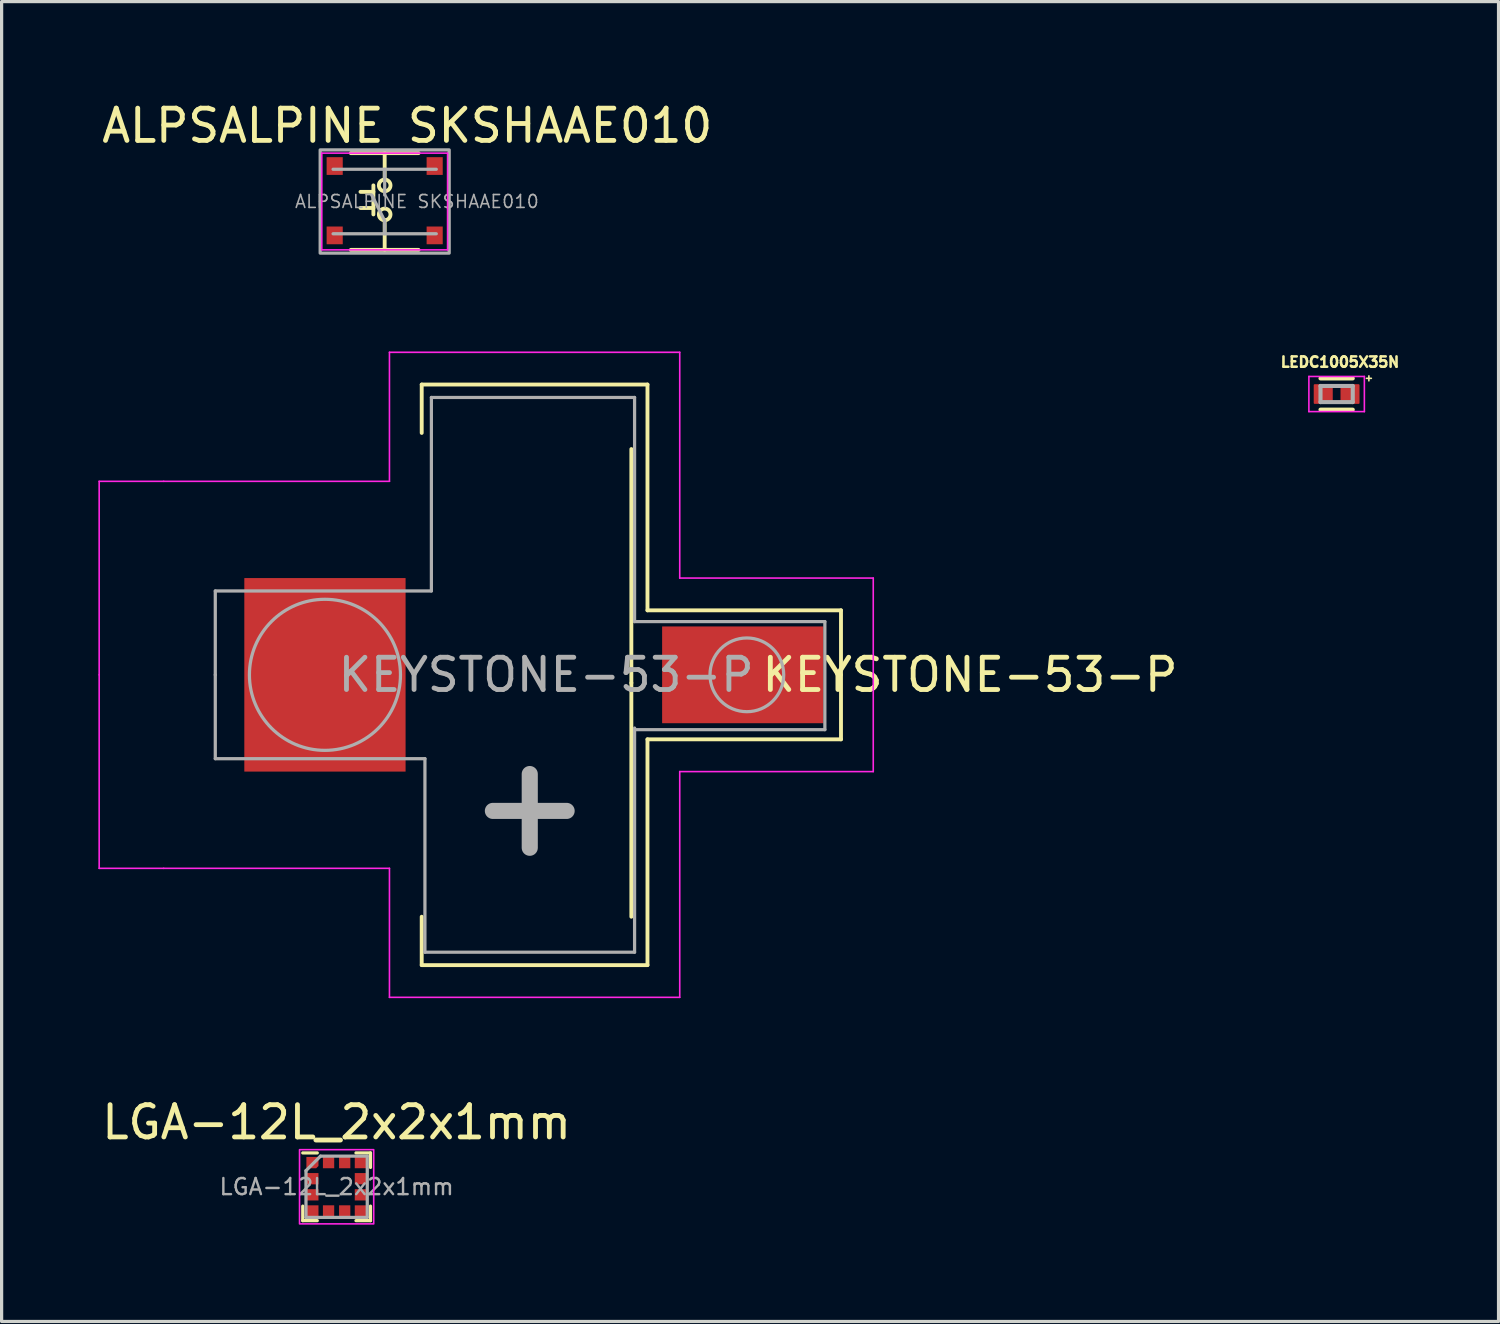
<source format=kicad_pcb>
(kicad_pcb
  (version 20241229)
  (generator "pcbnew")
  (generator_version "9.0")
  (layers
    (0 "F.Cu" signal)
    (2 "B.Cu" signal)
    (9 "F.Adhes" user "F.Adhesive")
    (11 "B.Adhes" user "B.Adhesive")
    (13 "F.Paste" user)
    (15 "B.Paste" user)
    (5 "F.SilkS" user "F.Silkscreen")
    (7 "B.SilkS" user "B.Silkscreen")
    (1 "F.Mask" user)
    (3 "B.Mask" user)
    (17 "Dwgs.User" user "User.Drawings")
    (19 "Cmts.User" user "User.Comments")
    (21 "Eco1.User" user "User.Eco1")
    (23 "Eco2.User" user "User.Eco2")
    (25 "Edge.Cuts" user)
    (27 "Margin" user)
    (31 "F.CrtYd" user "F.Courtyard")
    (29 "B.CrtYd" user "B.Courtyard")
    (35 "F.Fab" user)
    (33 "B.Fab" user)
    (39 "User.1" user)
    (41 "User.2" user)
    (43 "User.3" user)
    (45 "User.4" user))
  (footprint "ALPSALPINE SKSHAAE010"
    (layer "F.Cu")
    (at 8.877 3.198)
    (property "Reference" "ALPSALPINE SKSHAAE010" (at 0.7 -2.35 0) (unlocked yes) (layer "F.SilkS") (effects (font (size 1 1) (thickness 0.15))))
    (attr smd)
    (fp_line (start -1.05 -1.5) (end 1.05 -1.5) (stroke (width 0.12) (type solid)) (layer "F.SilkS"))
    (fp_line (start -1.05 1.5) (end 1.05 1.5) (stroke (width 0.12) (type solid)) (layer "F.SilkS"))
    (fp_line (start -0.35 -0.5) (end -0.35 0.4) (stroke (width 0.12) (type solid)) (layer "F.SilkS"))
    (fp_line (start -0.35 -0.3) (end -0.75 -0.3) (stroke (width 0.12) (type solid)) (layer "F.SilkS"))
    (fp_line (start -0.35 0.2) (end -0.75 0.2) (stroke (width 0.12) (type solid)) (layer "F.SilkS"))
    (fp_line (start 0 -1.5) (end 0 -0.68) (stroke (width 0.12) (type solid)) (layer "F.SilkS"))
    (fp_line (start 0 1.5) (end 0 0.58) (stroke (width 0.12) (type solid)) (layer "F.SilkS"))
    (fp_circle (center 0 -0.5) (end 0.15 -0.4) (stroke (width 0.12) (type solid)) (fill no) (layer "F.SilkS"))
    (fp_circle (center 0 0.4) (end 0.15 0.3) (stroke (width 0.12) (type solid)) (fill no) (layer "F.SilkS"))
    (fp_line (start -1.95 -1.5) (end 1.95 -1.5) (stroke (width 0.05) (type solid)) (layer "F.CrtYd"))
    (fp_line (start -1.95 1.5) (end -1.95 -1.5) (stroke (width 0.05) (type solid)) (layer "F.CrtYd"))
    (fp_line (start 1.95 -1.5) (end 1.95 1.5) (stroke (width 0.05) (type solid)) (layer "F.CrtYd"))
    (fp_line (start 1.95 1.5) (end -1.95 1.5) (stroke (width 0.05) (type solid)) (layer "F.CrtYd"))
    (fp_line (start 0 -1) (end 0 -0.2) (stroke (width 0.1) (type solid)) (layer "F.Fab"))
    (fp_line (start 0 0.6) (end -0.4 -0.2) (stroke (width 0.1) (type solid)) (layer "F.Fab"))
    (fp_line (start 0 1) (end 0 0.6) (stroke (width 0.1) (type solid)) (layer "F.Fab"))
    (fp_line (start 1.6 -1) (end -1.6 -1) (stroke (width 0.1) (type solid)) (layer "F.Fab"))
    (fp_line (start 1.6 1) (end -1.6 1) (stroke (width 0.1) (type solid)) (layer "F.Fab"))
    (fp_rect (start -2 -1.6) (end 2 1.6) (stroke (width 0.1) (type solid)) (fill no) (layer "F.Fab"))
    (fp_text user "${REFERENCE}" (at 1 0 0) (unlocked yes) (layer "F.Fab") (effects (font (size 0.4 0.4) (thickness 0.05))))
    (pad "1" smd rect (at -1.55 -1.1) (size 0.5 0.55) (layers "F.Cu" "F.Mask" "F.Paste"))
    (pad "1" smd rect (at 1.55 -1.1) (size 0.5 0.55) (layers "F.Cu" "F.Mask" "F.Paste"))
    (pad "2" smd rect (at -1.55 1.05) (size 0.5 0.55) (layers "F.Cu" "F.Mask" "F.Paste"))
    (pad "2" smd rect (at 1.55 1.05) (size 0.5 0.55) (layers "F.Cu" "F.Mask" "F.Paste")))
  (footprint "LGA-12L_2x2x1mm"
    (layer "F.Cu")
    (at 7.387 33.746)
    (property "Reference" "LGA-12L_2x2x1mm" (at 0 -2 0) (layer "F.SilkS") (effects (font (size 1 1) (thickness 0.15))))
    (attr smd)
    (fp_line (start -1.05 1.05) (end -1.05 0.6) (stroke (width 0.1) (type default)) (layer "F.SilkS"))
    (fp_line (start -0.6 -1.05) (end -1.05 -1.05) (stroke (width 0.1) (type default)) (layer "F.SilkS"))
    (fp_line (start -0.6 1.05) (end -1.05 1.05) (stroke (width 0.1) (type default)) (layer "F.SilkS"))
    (fp_line (start 1.05 -1.05) (end 0.6 -1.05) (stroke (width 0.1) (type default)) (layer "F.SilkS"))
    (fp_line (start 1.05 -0.6) (end 1.05 -1.05) (stroke (width 0.1) (type default)) (layer "F.SilkS"))
    (fp_line (start 1.05 1.05) (end 0.6 1.05) (stroke (width 0.1) (type default)) (layer "F.SilkS"))
    (fp_line (start 1.05 1.05) (end 1.05 0.6) (stroke (width 0.1) (type default)) (layer "F.SilkS"))
    (fp_rect (start -1.15 -1.15) (end 1.15 1.15) (stroke (width 0.05) (type default)) (fill no) (layer "F.CrtYd"))
    (fp_line (start -0.95 -0.5) (end -0.5 -0.95) (stroke (width 0.1) (type default)) (layer "F.Fab"))
    (fp_line (start -0.95 0.95) (end -0.95 -0.5) (stroke (width 0.1) (type default)) (layer "F.Fab"))
    (fp_line (start -0.95 0.95) (end 0.95 0.95) (stroke (width 0.1) (type default)) (layer "F.Fab"))
    (fp_line (start 0.95 -0.95) (end -0.5 -0.95) (stroke (width 0.1) (type default)) (layer "F.Fab"))
    (fp_line (start 0.95 0.95) (end 0.95 -0.95) (stroke (width 0.1) (type default)) (layer "F.Fab"))
    (fp_text user "${REFERENCE}" (at 0 0 0) (layer "F.Fab") (effects (font (size 0.5 0.5) (thickness 0.075))))
    (pad "1" smd roundrect (at -0.75 -0.75) (size 0.375 0.35) (layers "F.Cu" "F.Mask" "F.Paste") (roundrect_rratio 0) (chamfer_ratio 0.2) (chamfer bottom_right))
    (pad "2" smd rect (at -0.75 -0.25) (size 0.375 0.35) (layers "F.Cu" "F.Mask" "F.Paste"))
    (pad "3" smd rect (at -0.75 0.25) (size 0.375 0.35) (layers "F.Cu" "F.Mask" "F.Paste"))
    (pad "4" smd rect (at -0.75 0.75) (size 0.375 0.35) (layers "F.Cu" "F.Mask" "F.Paste"))
    (pad "5" smd rect (at -0.25 0.762) (size 0.35 0.375) (layers "F.Cu" "F.Mask" "F.Paste"))
    (pad "6" smd rect (at 0.25 0.762) (size 0.35 0.375) (layers "F.Cu" "F.Mask" "F.Paste"))
    (pad "7" smd rect (at 0.75 0.75) (size 0.375 0.35) (layers "F.Cu" "F.Mask" "F.Paste"))
    (pad "8" smd rect (at 0.75 0.25) (size 0.375 0.35) (layers "F.Cu" "F.Mask" "F.Paste"))
    (pad "9" smd rect (at 0.75 -0.25) (size 0.375 0.35) (layers "F.Cu" "F.Mask" "F.Paste"))
    (pad "10" smd rect (at 0.75 -0.75) (size 0.375 0.35) (layers "F.Cu" "F.Mask" "F.Paste"))
    (pad "11" smd rect (at 0.25 -0.762) (size 0.35 0.375) (layers "F.Cu" "F.Mask" "F.Paste"))
    (pad "12" smd rect (at -0.25 -0.762) (size 0.35 0.375) (layers "F.Cu" "F.Mask" "F.Paste")))
  (footprint "KEYSTONE-53-P"
    (layer "F.Cu")
    (at 7.025 17.873)
    (property "Reference" "KEYSTONE-53-P" (at 20 0 0) (unlocked yes) (layer "F.SilkS") (effects (font (size 1 1) (thickness 0.15))))
    (attr smd)
    (fp_line (start 3 -9) (end 3 -7.5) (stroke (width 0.12) (type solid)) (layer "F.SilkS"))
    (fp_line (start 3 9) (end 3 7.5) (stroke (width 0.12) (type solid)) (layer "F.SilkS"))
    (fp_line (start 9.5 0.25) (end 9.5 -7) (stroke (width 0.12) (type solid)) (layer "F.SilkS"))
    (fp_line (start 9.5 0.25) (end 9.5 7.5) (stroke (width 0.12) (type solid)) (layer "F.SilkS"))
    (fp_line (start 10 -9) (end 3 -9) (stroke (width 0.12) (type solid)) (layer "F.SilkS"))
    (fp_line (start 10 -2) (end 10 -9) (stroke (width 0.12) (type solid)) (layer "F.SilkS"))
    (fp_line (start 10 2) (end 10 9) (stroke (width 0.12) (type solid)) (layer "F.SilkS"))
    (fp_line (start 10 9) (end 3 9) (stroke (width 0.12) (type solid)) (layer "F.SilkS"))
    (fp_line (start 16 -2) (end 10 -2) (stroke (width 0.12) (type solid)) (layer "F.SilkS"))
    (fp_line (start 16 0) (end 16 -2) (stroke (width 0.12) (type solid)) (layer "F.SilkS"))
    (fp_line (start 16 0) (end 16 2) (stroke (width 0.12) (type solid)) (layer "F.SilkS"))
    (fp_line (start 16 2) (end 10 2) (stroke (width 0.12) (type solid)) (layer "F.SilkS"))
    (fp_line (start -7 -6) (end -7 0) (stroke (width 0.05) (type solid)) (layer "F.CrtYd"))
    (fp_line (start -7 6) (end -7 0) (stroke (width 0.05) (type solid)) (layer "F.CrtYd"))
    (fp_line (start -5 -6) (end -7 -6) (stroke (width 0.05) (type solid)) (layer "F.CrtYd"))
    (fp_line (start -5 6) (end -7 6) (stroke (width 0.05) (type solid)) (layer "F.CrtYd"))
    (fp_line (start 2 -10) (end 2 -6) (stroke (width 0.05) (type solid)) (layer "F.CrtYd"))
    (fp_line (start 2 -6) (end -5 -6) (stroke (width 0.05) (type solid)) (layer "F.CrtYd"))
    (fp_line (start 2 6) (end -5 6) (stroke (width 0.05) (type solid)) (layer "F.CrtYd"))
    (fp_line (start 2 6) (end 2 10) (stroke (width 0.05) (type solid)) (layer "F.CrtYd"))
    (fp_line (start 11 -10) (end 2 -10) (stroke (width 0.05) (type solid)) (layer "F.CrtYd"))
    (fp_line (start 11 -3) (end 11 -10) (stroke (width 0.05) (type solid)) (layer "F.CrtYd"))
    (fp_line (start 11 3) (end 11 10) (stroke (width 0.05) (type solid)) (layer "F.CrtYd"))
    (fp_line (start 11 10) (end 2 10) (stroke (width 0.05) (type solid)) (layer "F.CrtYd"))
    (fp_line (start 17 -3) (end 11 -3) (stroke (width 0.05) (type solid)) (layer "F.CrtYd"))
    (fp_line (start 17 0) (end 17 -3) (stroke (width 0.05) (type solid)) (layer "F.CrtYd"))
    (fp_line (start 17 0) (end 17 3) (stroke (width 0.05) (type solid)) (layer "F.CrtYd"))
    (fp_line (start 17 3) (end 11 3) (stroke (width 0.05) (type solid)) (layer "F.CrtYd"))
    (fp_line (start -3.4 -2.6) (end 3.3 -2.6) (stroke (width 0.1) (type solid)) (layer "F.Fab"))
    (fp_line (start -3.4 0) (end -3.4 -2.6) (stroke (width 0.1) (type solid)) (layer "F.Fab"))
    (fp_line (start -3.4 2.6) (end -3.4 0) (stroke (width 0.1) (type solid)) (layer "F.Fab"))
    (fp_line (start -3.4 2.6) (end 3.1 2.6) (stroke (width 0.1) (type solid)) (layer "F.Fab"))
    (fp_line (start 3.1 2.6) (end 3.1 8.6) (stroke (width 0.1) (type solid)) (layer "F.Fab"))
    (fp_line (start 3.1 8.6) (end 9.6 8.6) (stroke (width 0.1) (type solid)) (layer "F.Fab"))
    (fp_line (start 3.3 -8.6) (end 9.6 -8.6) (stroke (width 0.1) (type solid)) (layer "F.Fab"))
    (fp_line (start 3.3 -2.6) (end 3.3 -8.6) (stroke (width 0.1) (type solid)) (layer "F.Fab"))
    (fp_line (start 9.6 -1.65) (end 9.6 -8.6) (stroke (width 0.1) (type solid)) (layer "F.Fab"))
    (fp_line (start 9.6 8.6) (end 9.6 1.65) (stroke (width 0.1) (type solid)) (layer "F.Fab"))
    (fp_line (start 15.5 -1.65) (end 9.6 -1.65) (stroke (width 0.1) (type solid)) (layer "F.Fab"))
    (fp_line (start 15.5 -1.65) (end 15.5 1.7) (stroke (width 0.1) (type solid)) (layer "F.Fab"))
    (fp_line (start 15.5 1.7) (end 9.6 1.7) (stroke (width 0.1) (type solid)) (layer "F.Fab"))
    (fp_circle (center 0 0) (end 1.778 1.524) (stroke (width 0.1) (type solid)) (fill no) (layer "F.Fab"))
    (fp_circle (center 13.081 0) (end 14.224 0) (stroke (width 0.1) (type solid)) (fill no) (layer "F.Fab"))
    (fp_text user "${REFERENCE}" (at 6.858 0 0) (unlocked yes) (layer "F.Fab") (effects (font (size 1 1) (thickness 0.15))))
    (fp_text user "+" (at 6.35 4 0) (unlocked yes) (layer "F.Fab") (effects (font (size 3 3) (thickness 0.5))))
    (pad "1" smd rect (at 0 0) (size 5 6) (layers "F.Cu" "F.Mask" "F.Paste"))
    (pad "1" smd rect (at 12.954 0) (size 5 3) (layers "F.Cu" "F.Mask" "F.Paste")))
  (footprint "LEDC1005X35N"
    (layer "F.Cu")
    (at 38.392 9.167)
    (property "Reference" "LEDC1005X35N" (at 0.104 -0.991 0) (layer "F.SilkS") (effects (font (size 0.32 0.32) (thickness 0.15))))
    (attr through_hole)
    (fp_line (start -0.5 -0.485) (end 0.5 -0.485) (stroke (width 0.127) (type solid)) (layer "F.SilkS"))
    (fp_line (start 0.5 0.485) (end -0.5 0.485) (stroke (width 0.127) (type solid)) (layer "F.SilkS"))
    (fp_line (start -0.86 -0.545) (end 0.86 -0.545) (stroke (width 0.05) (type solid)) (layer "F.CrtYd"))
    (fp_line (start -0.86 0.545) (end -0.86 -0.545) (stroke (width 0.05) (type solid)) (layer "F.CrtYd"))
    (fp_line (start 0.86 -0.545) (end 0.86 0.545) (stroke (width 0.05) (type solid)) (layer "F.CrtYd"))
    (fp_line (start 0.86 0.545) (end -0.86 0.545) (stroke (width 0.05) (type solid)) (layer "F.CrtYd"))
    (fp_line (start -0.5 -0.25) (end 0.5 -0.25) (stroke (width 0.127) (type solid)) (layer "F.Fab"))
    (fp_line (start -0.5 0.25) (end -0.5 -0.25) (stroke (width 0.127) (type solid)) (layer "F.Fab"))
    (fp_line (start 0.5 -0.25) (end 0.5 0.25) (stroke (width 0.127) (type solid)) (layer "F.Fab"))
    (fp_line (start 0.5 0.25) (end -0.5 0.25) (stroke (width 0.127) (type solid)) (layer "F.Fab"))
    (fp_text user "+" (at 1 -0.5 0) (layer "F.SilkS") (effects (font (size 0.2 0.2) (thickness 0.15))))
    (pad "1" smd roundrect (at -0.415 0) (size 0.59 0.61) (layers "F.Cu" "F.Mask" "F.Paste") (roundrect_rratio 0.05))
    (pad "2" smd roundrect (at 0.415 0) (size 0.59 0.61) (layers "F.Cu" "F.Mask" "F.Paste") (roundrect_rratio 0.05)))
  (gr_rect
    (start -3 -3)
    (end 43.412 37.922)
    (stroke (width 0.1) (type default))
    (fill no)
    (layer "Edge.Cuts")))
</source>
